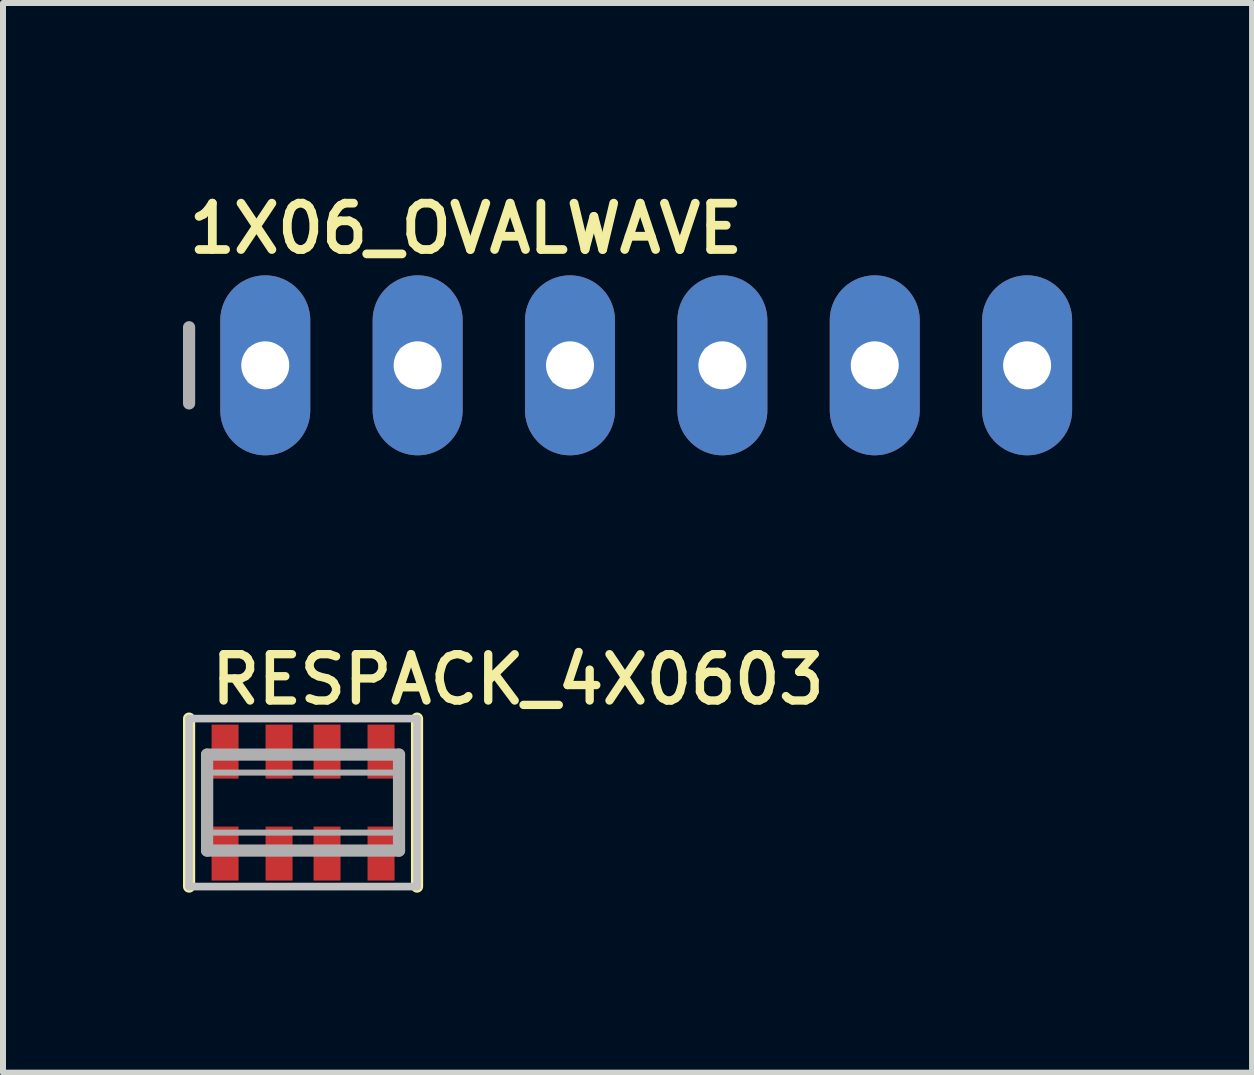
<source format=kicad_pcb>
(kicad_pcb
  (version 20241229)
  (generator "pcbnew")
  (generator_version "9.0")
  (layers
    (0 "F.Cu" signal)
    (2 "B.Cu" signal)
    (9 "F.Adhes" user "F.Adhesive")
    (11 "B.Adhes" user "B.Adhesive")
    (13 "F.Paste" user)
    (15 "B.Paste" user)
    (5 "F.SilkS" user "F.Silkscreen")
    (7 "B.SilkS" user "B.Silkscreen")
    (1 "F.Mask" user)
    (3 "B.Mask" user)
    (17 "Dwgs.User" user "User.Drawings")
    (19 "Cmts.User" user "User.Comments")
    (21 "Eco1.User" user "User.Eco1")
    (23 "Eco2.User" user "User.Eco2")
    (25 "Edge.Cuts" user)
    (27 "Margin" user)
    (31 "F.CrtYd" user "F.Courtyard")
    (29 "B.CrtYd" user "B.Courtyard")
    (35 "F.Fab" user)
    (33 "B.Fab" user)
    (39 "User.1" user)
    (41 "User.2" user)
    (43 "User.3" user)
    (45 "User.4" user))
  (footprint "1X06_OVALWAVE"
    (layer "F.Cu")
    (at 7.722 3.04)
    (property "Reference" "1X06_OVALWAVE" (at -7.696 -1.829 0) (layer "F.SilkS") (effects (font (size 0.772 0.772) (thickness 0.146)) (justify left bottom)))
    (attr through_hole)
    (fp_line (start -7.62 -0.635) (end -7.62 0.635) (stroke (width 0.203) (type solid)) (layer "F.Fab"))
    (fp_poly (pts (xy -6.604 0.254) (xy -6.096 0.254) (xy -6.096 -0.254) (xy -6.604 -0.254)) (stroke (width 0.1) (type solid)) (fill no) (layer "F.Fab"))
    (fp_poly (pts (xy -4.064 0.254) (xy -3.556 0.254) (xy -3.556 -0.254) (xy -4.064 -0.254)) (stroke (width 0.1) (type solid)) (fill no) (layer "F.Fab"))
    (fp_poly (pts (xy -1.524 0.254) (xy -1.016 0.254) (xy -1.016 -0.254) (xy -1.524 -0.254)) (stroke (width 0.1) (type solid)) (fill no) (layer "F.Fab"))
    (fp_poly (pts (xy 1.016 0.254) (xy 1.524 0.254) (xy 1.524 -0.254) (xy 1.016 -0.254)) (stroke (width 0.1) (type solid)) (fill no) (layer "F.Fab"))
    (fp_poly (pts (xy 3.556 0.254) (xy 4.064 0.254) (xy 4.064 -0.254) (xy 3.556 -0.254)) (stroke (width 0.1) (type solid)) (fill no) (layer "F.Fab"))
    (fp_poly (pts (xy 6.096 0.254) (xy 6.604 0.254) (xy 6.604 -0.254) (xy 6.096 -0.254)) (stroke (width 0.1) (type solid)) (fill no) (layer "F.Fab"))
    (pad "1" thru_hole oval (at -6.35 0 90) (size 3 1.5) (drill 0.8) (layers "*.Cu" "*.Mask"))
    (pad "2" thru_hole oval (at -3.81 0 90) (size 3 1.5) (drill 0.8) (layers "*.Cu" "*.Mask"))
    (pad "3" thru_hole oval (at -1.27 0 90) (size 3 1.5) (drill 0.8) (layers "*.Cu" "*.Mask"))
    (pad "4" thru_hole oval (at 1.27 0 90) (size 3 1.5) (drill 0.8) (layers "*.Cu" "*.Mask"))
    (pad "5" thru_hole oval (at 3.81 0 90) (size 3 1.5) (drill 0.8) (layers "*.Cu" "*.Mask"))
    (pad "6" thru_hole oval (at 6.35 0 90) (size 3 1.5) (drill 0.8) (layers "*.Cu" "*.Mask")))
  (footprint "RESPACK_4X0603"
    (layer "F.Cu")
    (at 2.002 10.329)
    (property "Reference" "RESPACK_4X0603" (at -1.6 -1.6 0) (layer "F.SilkS") (effects (font (size 0.772 0.772) (thickness 0.139)) (justify left bottom)))
    (attr through_hole)
    (fp_line (start -1.9 1.4) (end -1.9 -1.4) (stroke (width 0.203) (type solid)) (layer "F.SilkS"))
    (fp_line (start 1.9 -1.4) (end 1.9 1.4) (stroke (width 0.203) (type solid)) (layer "F.SilkS"))
    (fp_line (start -1.9 -1.4) (end 1.9 -1.4) (stroke (width 0.127) (type solid)) (layer "Dwgs.User"))
    (fp_line (start -1.9 1.4) (end -1.9 -1.4) (stroke (width 0.127) (type solid)) (layer "Dwgs.User"))
    (fp_line (start -1.9 1.4) (end 1.9 1.4) (stroke (width 0.127) (type solid)) (layer "Dwgs.User"))
    (fp_line (start 1.9 -1.4) (end 1.9 1.4) (stroke (width 0.127) (type solid)) (layer "Dwgs.User"))
    (fp_line (start -1.6 -0.8) (end 1.6 -0.8) (stroke (width 0.203) (type solid)) (layer "F.Fab"))
    (fp_line (start -1.6 0.8) (end -1.6 -0.8) (stroke (width 0.203) (type solid)) (layer "F.Fab"))
    (fp_line (start 1.6 -0.8) (end 1.6 0.8) (stroke (width 0.203) (type solid)) (layer "F.Fab"))
    (fp_line (start 1.6 0.8) (end -1.6 0.8) (stroke (width 0.203) (type solid)) (layer "F.Fab"))
    (fp_poly (pts (xy -1.55 0.5) (xy 1.55 0.5) (xy 1.55 -0.5) (xy -1.55 -0.5)) (stroke (width 0.1) (type solid)) (fill no) (layer "F.Fab"))
    (pad "1" smd rect (at -1.3 0.85) (size 0.45 0.9) (layers "F.Cu" "F.Mask" "F.Paste"))
    (pad "2" smd rect (at -0.4 0.85) (size 0.45 0.9) (layers "F.Cu" "F.Mask" "F.Paste"))
    (pad "3" smd rect (at 0.4 0.85) (size 0.45 0.9) (layers "F.Cu" "F.Mask" "F.Paste"))
    (pad "4" smd rect (at 1.3 0.85) (size 0.45 0.9) (layers "F.Cu" "F.Mask" "F.Paste"))
    (pad "5" smd rect (at 1.3 -0.85) (size 0.45 0.9) (layers "F.Cu" "F.Mask" "F.Paste"))
    (pad "6" smd rect (at 0.4 -0.85) (size 0.45 0.9) (layers "F.Cu" "F.Mask" "F.Paste"))
    (pad "7" smd rect (at -0.4 -0.85) (size 0.45 0.9) (layers "F.Cu" "F.Mask" "F.Paste"))
    (pad "8" smd rect (at -1.3 -0.85) (size 0.45 0.9) (layers "F.Cu" "F.Mask" "F.Paste")))
  (gr_rect
    (start -3 -3)
    (end 17.822 14.831)
    (stroke (width 0.1) (type default))
    (fill no)
    (layer "Edge.Cuts")))
</source>
